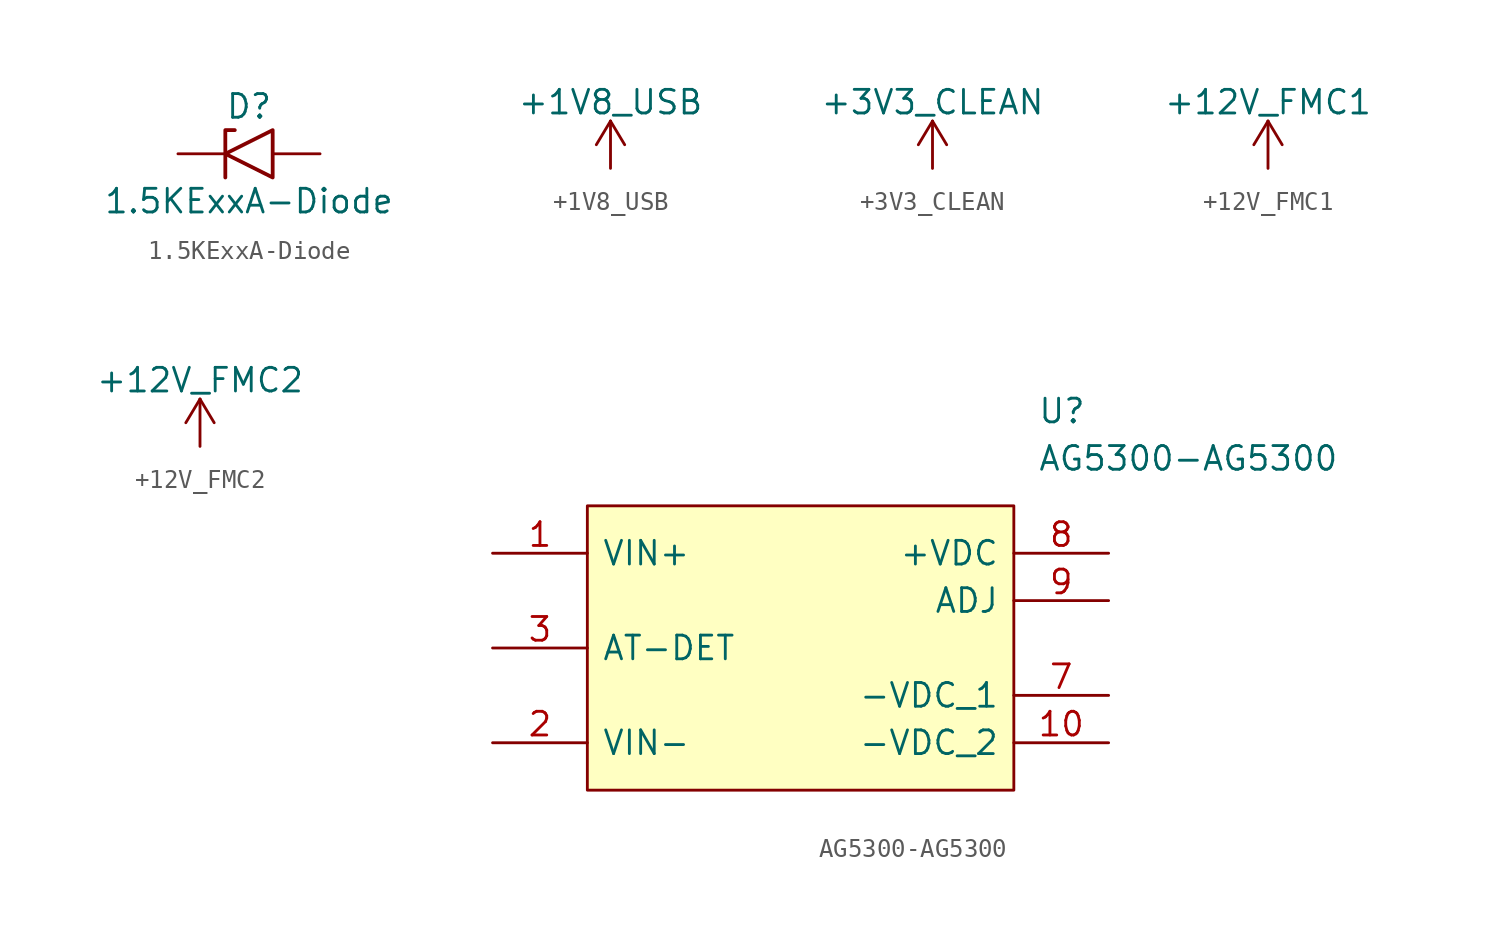
<source format=kicad_sym>
(kicad_symbol_lib
  (version 20211014)
  (generator kicad_symbol_editor)
  (symbol "1.5KExxA-Diode"
    (pin_numbers hide)
    (pin_names
      (offset 1.016) hide)
    (property "Reference" "D"
      (at 0 2.54 0)
      (effects (font (size 1.27 1.27))))
    (property "Value" "1.5KExxA-Diode"
      (at 0 -2.54 0)
      (effects (font (size 1.27 1.27))))
    (symbol "1.5KExxA-Diode_0_1"
      (polyline (pts (xy -0.762 1.27) (xy -1.27 1.27) (xy -1.27 -1.27)) (stroke (width 0.203) (type default) (color 0 0 0 0)) (fill (type none)))
      (polyline (pts (xy 1.27 1.27) (xy 1.27 -1.27) (xy -1.27 0) (xy 1.27 1.27)) (stroke (width 0.203) (type default) (color 0 0 0 0)) (fill (type none))))
    (symbol "1.5KExxA-Diode_1_1"
      (pin passive line (at -3.81 0 0) (length 2.54) (name "A1" (effects (font (size 1.27 1.27)))) (number "1" (effects (font (size 1.27 1.27)))))
      (pin passive line (at 3.81 0 180) (length 2.54) (name "A2" (effects (font (size 1.27 1.27)))) (number "2" (effects (font (size 1.27 1.27)))))))
  (symbol "+1V8_USB"
    (power)
    (pin_names
      (offset 0))
    (property "Reference" "#PWR"
      (at 0 -3.81 0)
      (effects (font (size 1.27 1.27)) hide))
    (property "Value" "+1V8_USB"
      (at 0 3.556 0)
      (effects (font (size 1.27 1.27))))
    (symbol "+1V8_USB_0_1"
      (polyline (pts (xy -0.762 1.27) (xy 0 2.54)) (stroke (width 0) (type default) (color 0 0 0 0)) (fill (type none)))
      (polyline (pts (xy 0 0) (xy 0 2.54)) (stroke (width 0) (type default) (color 0 0 0 0)) (fill (type none)))
      (polyline (pts (xy 0 2.54) (xy 0.762 1.27)) (stroke (width 0) (type default) (color 0 0 0 0)) (fill (type none))))
    (symbol "+1V8_USB_1_1"
      (pin power_in line (at 0 0 90) (length 0) hide (name "+1V8_USB" (effects (font (size 1.27 1.27)))) (number "1" (effects (font (size 1.27 1.27)))))))
  (symbol "+3V3_CLEAN"
    (power)
    (pin_names
      (offset 0))
    (property "Reference" "#PWR"
      (at 0 -3.81 0)
      (effects (font (size 1.27 1.27)) hide))
    (property "Value" "+3V3_CLEAN"
      (at 0 3.556 0)
      (effects (font (size 1.27 1.27))))
    (symbol "+3V3_CLEAN_0_1"
      (polyline (pts (xy -0.762 1.27) (xy 0 2.54)) (stroke (width 0) (type default) (color 0 0 0 0)) (fill (type none)))
      (polyline (pts (xy 0 0) (xy 0 2.54)) (stroke (width 0) (type default) (color 0 0 0 0)) (fill (type none)))
      (polyline (pts (xy 0 2.54) (xy 0.762 1.27)) (stroke (width 0) (type default) (color 0 0 0 0)) (fill (type none))))
    (symbol "+3V3_CLEAN_1_1"
      (pin power_in line (at 0 0 90) (length 0) hide (name "+3V3_CLEAN" (effects (font (size 1.27 1.27)))) (number "1" (effects (font (size 1.27 1.27)))))))
  (symbol "+12V_FMC1"
    (power)
    (pin_names
      (offset 0))
    (property "Reference" "#PWR"
      (at 0 -3.81 0)
      (effects (font (size 1.27 1.27)) hide))
    (property "Value" "+12V_FMC1"
      (at 0 3.556 0)
      (effects (font (size 1.27 1.27))))
    (symbol "+12V_FMC1_0_1"
      (polyline (pts (xy -0.762 1.27) (xy 0 2.54)) (stroke (width 0) (type default) (color 0 0 0 0)) (fill (type none)))
      (polyline (pts (xy 0 0) (xy 0 2.54)) (stroke (width 0) (type default) (color 0 0 0 0)) (fill (type none)))
      (polyline (pts (xy 0 2.54) (xy 0.762 1.27)) (stroke (width 0) (type default) (color 0 0 0 0)) (fill (type none))))
    (symbol "+12V_FMC1_1_1"
      (pin power_in line (at 0 0 90) (length 0) hide (name "+12V_FMC1" (effects (font (size 1.27 1.27)))) (number "1" (effects (font (size 1.27 1.27)))))))
  (symbol "+12V_FMC2"
    (power)
    (pin_names
      (offset 0))
    (property "Reference" "#PWR"
      (at 0 -3.81 0)
      (effects (font (size 1.27 1.27)) hide))
    (property "Value" "+12V_FMC2"
      (at 0 3.556 0)
      (effects (font (size 1.27 1.27))))
    (symbol "+12V_FMC2_0_1"
      (polyline (pts (xy -0.762 1.27) (xy 0 2.54)) (stroke (width 0) (type default) (color 0 0 0 0)) (fill (type none)))
      (polyline (pts (xy 0 0) (xy 0 2.54)) (stroke (width 0) (type default) (color 0 0 0 0)) (fill (type none)))
      (polyline (pts (xy 0 2.54) (xy 0.762 1.27)) (stroke (width 0) (type default) (color 0 0 0 0)) (fill (type none))))
    (symbol "+12V_FMC2_1_1"
      (pin power_in line (at 0 0 90) (length 0) hide (name "+12V_FMC2" (effects (font (size 1.27 1.27)))) (number "1" (effects (font (size 1.27 1.27)))))))
  (symbol "AG5300-AG5300"
    (pin_names
      (offset 0.762))
    (property "Reference" "U"
      (at 30.48 -1.27 0)
      (effects (font (size 1.27 1.27)) (justify left)))
    (property "Value" "AG5300-AG5300"
      (at 30.48 -3.81 0)
      (effects (font (size 1.27 1.27)) (justify left)))
    (symbol "AG5300-AG5300_0_0"
      (pin passive line (at 1.27 -8.89 0) (length 5.08) (name "VIN+" (effects (font (size 1.27 1.27)))) (number "1" (effects (font (size 1.27 1.27)))))
      (pin passive line (at 34.29 -19.05 180) (length 5.08) (name "-VDC_2" (effects (font (size 1.27 1.27)))) (number "10" (effects (font (size 1.27 1.27)))))
      (pin passive line (at 1.27 -19.05 0) (length 5.08) (name "VIN-" (effects (font (size 1.27 1.27)))) (number "2" (effects (font (size 1.27 1.27)))))
      (pin output line (at 1.27 -13.97 0) (length 5.08) (name "AT-DET" (effects (font (size 1.27 1.27)))) (number "3" (effects (font (size 1.27 1.27)))))
      (pin passive line (at 34.29 -16.51 180) (length 5.08) (name "-VDC_1" (effects (font (size 1.27 1.27)))) (number "7" (effects (font (size 1.27 1.27)))))
      (pin passive line (at 34.29 -8.89 180) (length 5.08) (name "+VDC" (effects (font (size 1.27 1.27)))) (number "8" (effects (font (size 1.27 1.27)))))
      (pin input line (at 34.29 -11.43 180) (length 5.08) (name "ADJ" (effects (font (size 1.27 1.27)))) (number "9" (effects (font (size 1.27 1.27))))))
    (symbol "AG5300-AG5300_0_1"
      (polyline (pts (xy 6.35 -6.35) (xy 29.21 -6.35) (xy 29.21 -21.59) (xy 6.35 -21.59) (xy 6.35 -6.35)) (stroke (width 0.152) (type default) (color 0 0 0 0)) (fill (type background))))))
</source>
